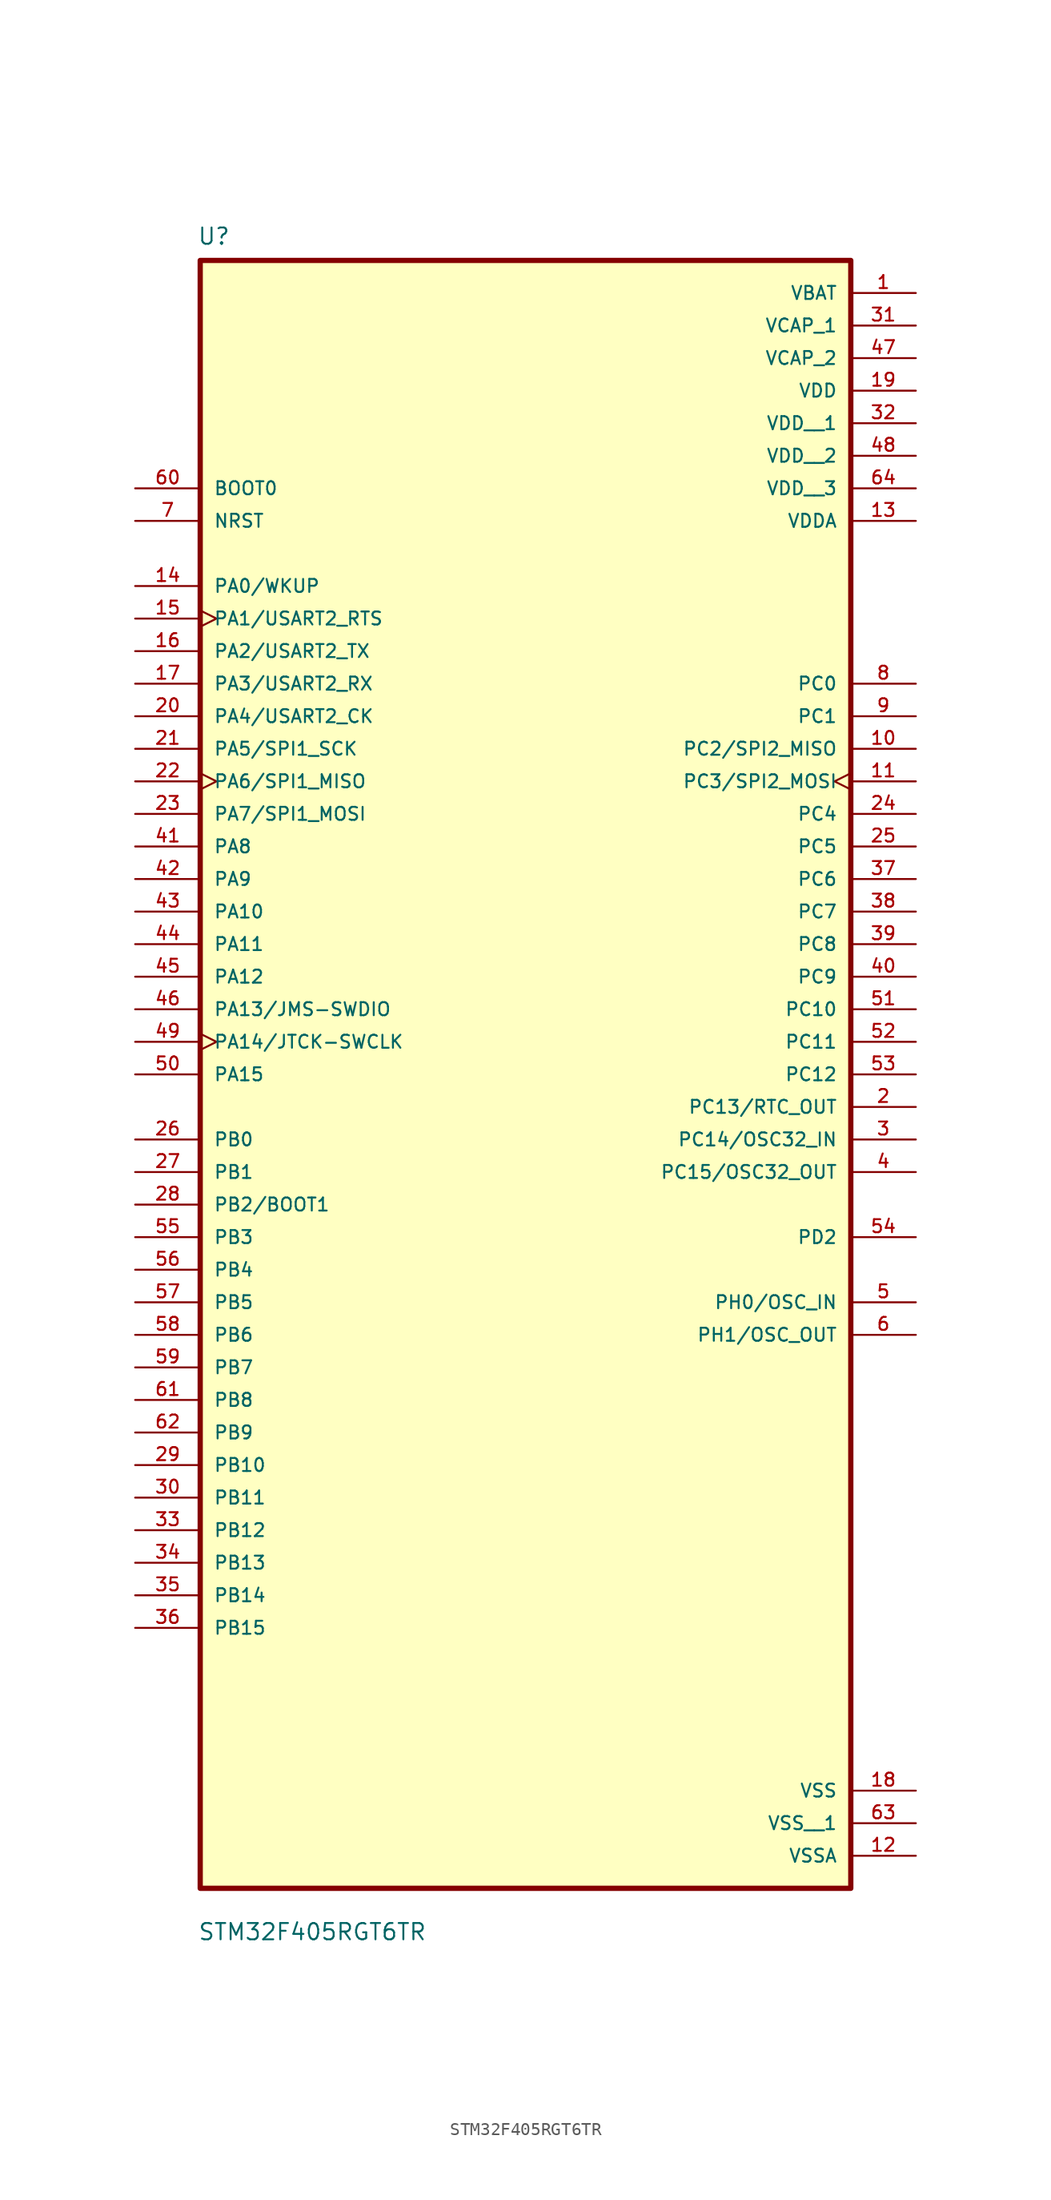
<source format=kicad_sym>
(kicad_symbol_lib
  (version 20211014)
  (generator kicad_symbol_editor)
  (symbol "STM32F405RGT6TR"
    (pin_names
      (offset 1.016))
    (property "Reference" "U"
      (at -25.644 59.558 0.0)
      (effects (font (size 1.27 1.27)) (justify bottom left)))
    (property "Value" "STM32F405RGT6TR"
      (at -25.604 -72.72 0.0)
      (effects (font (size 1.27 1.27)) (justify bottom left)))
    (symbol "STM32F405RGT6TR_0_0"
      (rectangle (start -25.4 -68.58) (end 25.4 58.42) (stroke (width 0.41)) (fill (type background)))
      (pin bidirectional line (at -30.48 40.64 0) (length 5.08) (name "BOOT0" (effects (font (size 1.016 1.016)))) (number "60" (effects (font (size 1.016 1.016)))))
      (pin bidirectional line (at -30.48 38.1 0) (length 5.08) (name "NRST" (effects (font (size 1.016 1.016)))) (number "7" (effects (font (size 1.016 1.016)))))
      (pin bidirectional line (at -30.48 33.02 0) (length 5.08) (name "PA0/WKUP" (effects (font (size 1.016 1.016)))) (number "14" (effects (font (size 1.016 1.016)))))
      (pin bidirectional line (at -30.48 7.62 0) (length 5.08) (name "PA10" (effects (font (size 1.016 1.016)))) (number "43" (effects (font (size 1.016 1.016)))))
      (pin bidirectional line (at -30.48 5.08 0) (length 5.08) (name "PA11" (effects (font (size 1.016 1.016)))) (number "44" (effects (font (size 1.016 1.016)))))
      (pin bidirectional line (at -30.48 2.54 0) (length 5.08) (name "PA12" (effects (font (size 1.016 1.016)))) (number "45" (effects (font (size 1.016 1.016)))))
      (pin bidirectional line (at -30.48 0.0 0) (length 5.08) (name "PA13/JMS-SWDIO" (effects (font (size 1.016 1.016)))) (number "46" (effects (font (size 1.016 1.016)))))
      (pin bidirectional clock (at -30.48 -2.54 0) (length 5.08) (name "PA14/JTCK-SWCLK" (effects (font (size 1.016 1.016)))) (number "49" (effects (font (size 1.016 1.016)))))
      (pin bidirectional line (at -30.48 -5.08 0) (length 5.08) (name "PA15" (effects (font (size 1.016 1.016)))) (number "50" (effects (font (size 1.016 1.016)))))
      (pin bidirectional clock (at -30.48 30.48 0) (length 5.08) (name "PA1/USART2_RTS" (effects (font (size 1.016 1.016)))) (number "15" (effects (font (size 1.016 1.016)))))
      (pin bidirectional line (at -30.48 27.94 0) (length 5.08) (name "PA2/USART2_TX" (effects (font (size 1.016 1.016)))) (number "16" (effects (font (size 1.016 1.016)))))
      (pin bidirectional line (at -30.48 25.4 0) (length 5.08) (name "PA3/USART2_RX" (effects (font (size 1.016 1.016)))) (number "17" (effects (font (size 1.016 1.016)))))
      (pin bidirectional line (at -30.48 22.86 0) (length 5.08) (name "PA4/USART2_CK" (effects (font (size 1.016 1.016)))) (number "20" (effects (font (size 1.016 1.016)))))
      (pin bidirectional line (at -30.48 20.32 0) (length 5.08) (name "PA5/SPI1_SCK" (effects (font (size 1.016 1.016)))) (number "21" (effects (font (size 1.016 1.016)))))
      (pin bidirectional clock (at -30.48 17.78 0) (length 5.08) (name "PA6/SPI1_MISO" (effects (font (size 1.016 1.016)))) (number "22" (effects (font (size 1.016 1.016)))))
      (pin bidirectional line (at -30.48 15.24 0) (length 5.08) (name "PA7/SPI1_MOSI" (effects (font (size 1.016 1.016)))) (number "23" (effects (font (size 1.016 1.016)))))
      (pin bidirectional line (at -30.48 12.7 0) (length 5.08) (name "PA8" (effects (font (size 1.016 1.016)))) (number "41" (effects (font (size 1.016 1.016)))))
      (pin bidirectional line (at -30.48 10.16 0) (length 5.08) (name "PA9" (effects (font (size 1.016 1.016)))) (number "42" (effects (font (size 1.016 1.016)))))
      (pin bidirectional line (at -30.48 -10.16 0) (length 5.08) (name "PB0" (effects (font (size 1.016 1.016)))) (number "26" (effects (font (size 1.016 1.016)))))
      (pin bidirectional line (at -30.48 -12.7 0) (length 5.08) (name "PB1" (effects (font (size 1.016 1.016)))) (number "27" (effects (font (size 1.016 1.016)))))
      (pin bidirectional line (at -30.48 -35.56 0) (length 5.08) (name "PB10" (effects (font (size 1.016 1.016)))) (number "29" (effects (font (size 1.016 1.016)))))
      (pin bidirectional line (at -30.48 -38.1 0) (length 5.08) (name "PB11" (effects (font (size 1.016 1.016)))) (number "30" (effects (font (size 1.016 1.016)))))
      (pin bidirectional line (at -30.48 -40.64 0) (length 5.08) (name "PB12" (effects (font (size 1.016 1.016)))) (number "33" (effects (font (size 1.016 1.016)))))
      (pin bidirectional line (at -30.48 -43.18 0) (length 5.08) (name "PB13" (effects (font (size 1.016 1.016)))) (number "34" (effects (font (size 1.016 1.016)))))
      (pin bidirectional line (at -30.48 -45.72 0) (length 5.08) (name "PB14" (effects (font (size 1.016 1.016)))) (number "35" (effects (font (size 1.016 1.016)))))
      (pin bidirectional line (at -30.48 -48.26 0) (length 5.08) (name "PB15" (effects (font (size 1.016 1.016)))) (number "36" (effects (font (size 1.016 1.016)))))
      (pin bidirectional line (at -30.48 -15.24 0) (length 5.08) (name "PB2/BOOT1" (effects (font (size 1.016 1.016)))) (number "28" (effects (font (size 1.016 1.016)))))
      (pin power_in line (at 30.48 55.88 180.0) (length 5.08) (name "VBAT" (effects (font (size 1.016 1.016)))) (number "1" (effects (font (size 1.016 1.016)))))
      (pin power_in line (at 30.48 53.34 180.0) (length 5.08) (name "VCAP_1" (effects (font (size 1.016 1.016)))) (number "31" (effects (font (size 1.016 1.016)))))
      (pin power_in line (at 30.48 48.26 180.0) (length 5.08) (name "VDD" (effects (font (size 1.016 1.016)))) (number "19" (effects (font (size 1.016 1.016)))))
      (pin power_in line (at 30.48 38.1 180.0) (length 5.08) (name "VDDA" (effects (font (size 1.016 1.016)))) (number "13" (effects (font (size 1.016 1.016)))))
      (pin power_in line (at 30.48 -60.96 180.0) (length 5.08) (name "VSS" (effects (font (size 1.016 1.016)))) (number "18" (effects (font (size 1.016 1.016)))))
      (pin power_in line (at 30.48 -66.04 180.0) (length 5.08) (name "VSSA" (effects (font (size 1.016 1.016)))) (number "12" (effects (font (size 1.016 1.016)))))
      (pin bidirectional line (at -30.48 -17.78 0) (length 5.08) (name "PB3" (effects (font (size 1.016 1.016)))) (number "55" (effects (font (size 1.016 1.016)))))
      (pin bidirectional line (at -30.48 -20.32 0) (length 5.08) (name "PB4" (effects (font (size 1.016 1.016)))) (number "56" (effects (font (size 1.016 1.016)))))
      (pin bidirectional line (at -30.48 -22.86 0) (length 5.08) (name "PB5" (effects (font (size 1.016 1.016)))) (number "57" (effects (font (size 1.016 1.016)))))
      (pin bidirectional line (at -30.48 -25.4 0) (length 5.08) (name "PB6" (effects (font (size 1.016 1.016)))) (number "58" (effects (font (size 1.016 1.016)))))
      (pin bidirectional line (at -30.48 -27.94 0) (length 5.08) (name "PB7" (effects (font (size 1.016 1.016)))) (number "59" (effects (font (size 1.016 1.016)))))
      (pin bidirectional line (at -30.48 -33.02 0) (length 5.08) (name "PB9" (effects (font (size 1.016 1.016)))) (number "62" (effects (font (size 1.016 1.016)))))
      (pin bidirectional line (at -30.48 -30.48 0) (length 5.08) (name "PB8" (effects (font (size 1.016 1.016)))) (number "61" (effects (font (size 1.016 1.016)))))
      (pin bidirectional line (at 30.48 25.4 180.0) (length 5.08) (name "PC0" (effects (font (size 1.016 1.016)))) (number "8" (effects (font (size 1.016 1.016)))))
      (pin bidirectional line (at 30.48 0.0 180.0) (length 5.08) (name "PC10" (effects (font (size 1.016 1.016)))) (number "51" (effects (font (size 1.016 1.016)))))
      (pin bidirectional line (at 30.48 -2.54 180.0) (length 5.08) (name "PC11" (effects (font (size 1.016 1.016)))) (number "52" (effects (font (size 1.016 1.016)))))
      (pin bidirectional line (at 30.48 -5.08 180.0) (length 5.08) (name "PC12" (effects (font (size 1.016 1.016)))) (number "53" (effects (font (size 1.016 1.016)))))
      (pin bidirectional line (at 30.48 -7.62 180.0) (length 5.08) (name "PC13/RTC_OUT" (effects (font (size 1.016 1.016)))) (number "2" (effects (font (size 1.016 1.016)))))
      (pin bidirectional line (at 30.48 -10.16 180.0) (length 5.08) (name "PC14/OSC32_IN" (effects (font (size 1.016 1.016)))) (number "3" (effects (font (size 1.016 1.016)))))
      (pin bidirectional line (at 30.48 -12.7 180.0) (length 5.08) (name "PC15/OSC32_OUT" (effects (font (size 1.016 1.016)))) (number "4" (effects (font (size 1.016 1.016)))))
      (pin bidirectional line (at 30.48 22.86 180.0) (length 5.08) (name "PC1" (effects (font (size 1.016 1.016)))) (number "9" (effects (font (size 1.016 1.016)))))
      (pin bidirectional line (at 30.48 20.32 180.0) (length 5.08) (name "PC2/SPI2_MISO" (effects (font (size 1.016 1.016)))) (number "10" (effects (font (size 1.016 1.016)))))
      (pin bidirectional clock (at 30.48 17.78 180.0) (length 5.08) (name "PC3/SPI2_MOSI" (effects (font (size 1.016 1.016)))) (number "11" (effects (font (size 1.016 1.016)))))
      (pin bidirectional line (at 30.48 15.24 180.0) (length 5.08) (name "PC4" (effects (font (size 1.016 1.016)))) (number "24" (effects (font (size 1.016 1.016)))))
      (pin bidirectional line (at 30.48 12.7 180.0) (length 5.08) (name "PC5" (effects (font (size 1.016 1.016)))) (number "25" (effects (font (size 1.016 1.016)))))
      (pin bidirectional line (at 30.48 10.16 180.0) (length 5.08) (name "PC6" (effects (font (size 1.016 1.016)))) (number "37" (effects (font (size 1.016 1.016)))))
      (pin bidirectional line (at 30.48 7.62 180.0) (length 5.08) (name "PC7" (effects (font (size 1.016 1.016)))) (number "38" (effects (font (size 1.016 1.016)))))
      (pin bidirectional line (at 30.48 5.08 180.0) (length 5.08) (name "PC8" (effects (font (size 1.016 1.016)))) (number "39" (effects (font (size 1.016 1.016)))))
      (pin bidirectional line (at 30.48 2.54 180.0) (length 5.08) (name "PC9" (effects (font (size 1.016 1.016)))) (number "40" (effects (font (size 1.016 1.016)))))
      (pin bidirectional line (at 30.48 -17.78 180.0) (length 5.08) (name "PD2" (effects (font (size 1.016 1.016)))) (number "54" (effects (font (size 1.016 1.016)))))
      (pin bidirectional line (at 30.48 -22.86 180.0) (length 5.08) (name "PH0/OSC_IN" (effects (font (size 1.016 1.016)))) (number "5" (effects (font (size 1.016 1.016)))))
      (pin bidirectional line (at 30.48 -25.4 180.0) (length 5.08) (name "PH1/OSC_OUT" (effects (font (size 1.016 1.016)))) (number "6" (effects (font (size 1.016 1.016)))))
      (pin power_in line (at 30.48 50.8 180.0) (length 5.08) (name "VCAP_2" (effects (font (size 1.016 1.016)))) (number "47" (effects (font (size 1.016 1.016)))))
      (pin power_in line (at 30.48 45.72 180.0) (length 5.08) (name "VDD__1" (effects (font (size 1.016 1.016)))) (number "32" (effects (font (size 1.016 1.016)))))
      (pin power_in line (at 30.48 43.18 180.0) (length 5.08) (name "VDD__2" (effects (font (size 1.016 1.016)))) (number "48" (effects (font (size 1.016 1.016)))))
      (pin power_in line (at 30.48 40.64 180.0) (length 5.08) (name "VDD__3" (effects (font (size 1.016 1.016)))) (number "64" (effects (font (size 1.016 1.016)))))
      (pin power_in line (at 30.48 -63.5 180.0) (length 5.08) (name "VSS__1" (effects (font (size 1.016 1.016)))) (number "63" (effects (font (size 1.016 1.016))))))))
</source>
